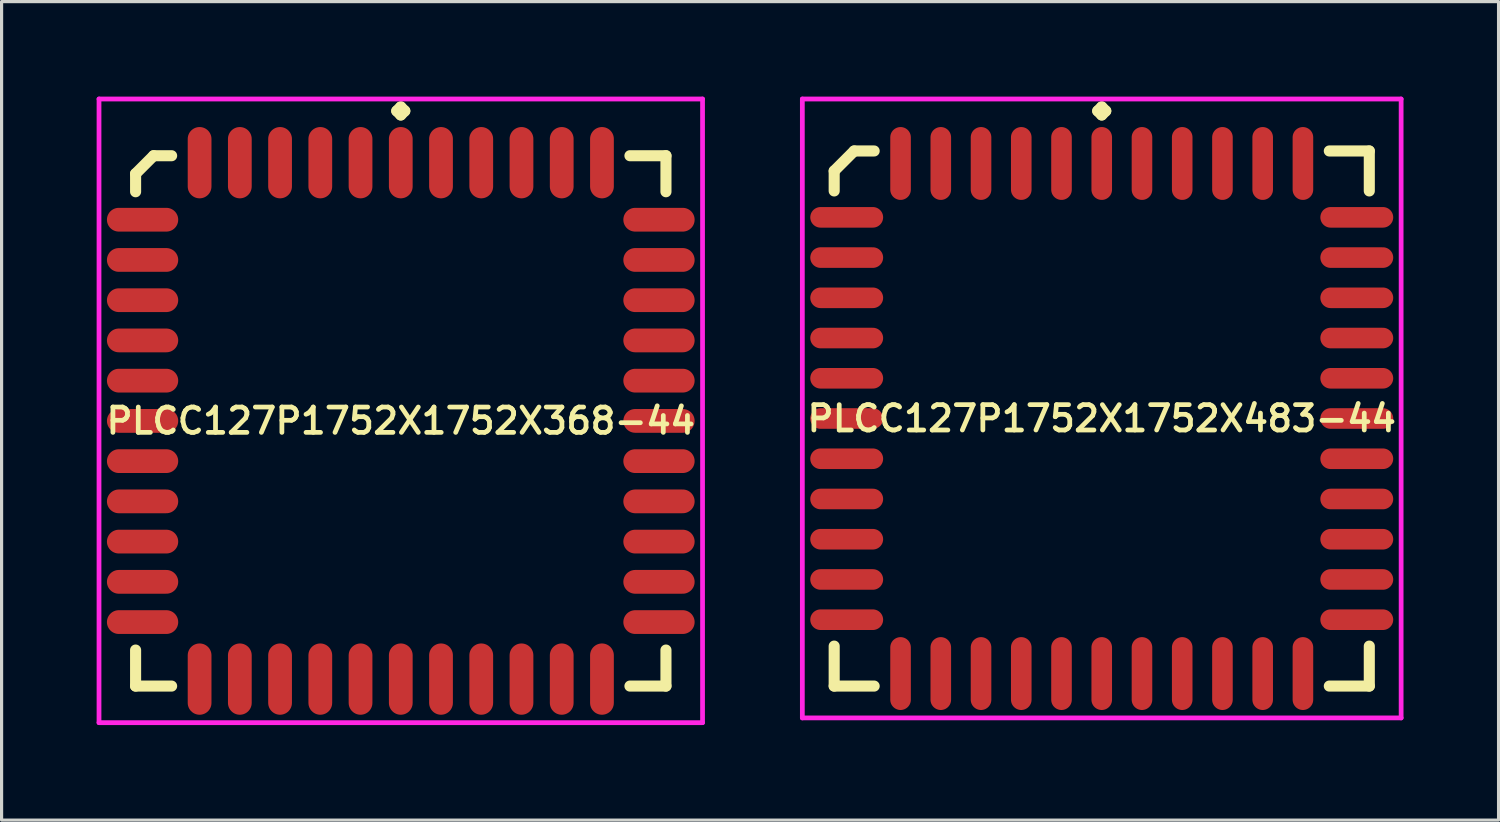
<source format=kicad_pcb>
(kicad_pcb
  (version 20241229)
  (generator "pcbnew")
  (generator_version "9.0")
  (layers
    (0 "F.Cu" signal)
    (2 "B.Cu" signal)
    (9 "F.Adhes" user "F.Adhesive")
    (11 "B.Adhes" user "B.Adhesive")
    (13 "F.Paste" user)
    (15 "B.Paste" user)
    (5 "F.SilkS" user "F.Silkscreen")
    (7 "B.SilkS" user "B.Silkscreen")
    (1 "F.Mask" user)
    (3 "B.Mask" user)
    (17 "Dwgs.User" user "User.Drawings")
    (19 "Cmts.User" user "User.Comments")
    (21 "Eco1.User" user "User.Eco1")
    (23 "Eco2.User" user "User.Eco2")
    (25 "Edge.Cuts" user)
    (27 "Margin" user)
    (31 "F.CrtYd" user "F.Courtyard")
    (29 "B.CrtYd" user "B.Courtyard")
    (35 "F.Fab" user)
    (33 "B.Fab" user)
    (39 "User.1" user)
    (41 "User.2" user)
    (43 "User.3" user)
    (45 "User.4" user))
  (footprint "PLCC127P1752X1752X368-44"
    (layer "F.Cu")
    (at 9.6 10.235)
    (property "Reference" "PLCC127P1752X1752X368-44" (at 0 0 0) (layer "F.SilkS") (effects (font (size 0.8 0.8) (thickness 0.15))))
    (attr smd)
    (fp_line (start -8.37 -7.801) (end -7.801 -8.37) (stroke (width 0.35) (type solid)) (layer "F.SilkS"))
    (fp_line (start -8.37 -7.233) (end -8.37 -7.801) (stroke (width 0.35) (type solid)) (layer "F.SilkS"))
    (fp_line (start -8.37 7.233) (end -8.37 8.37) (stroke (width 0.35) (type solid)) (layer "F.SilkS"))
    (fp_line (start -8.37 8.37) (end -7.233 8.37) (stroke (width 0.35) (type solid)) (layer "F.SilkS"))
    (fp_line (start -7.801 -8.37) (end -7.233 -8.37) (stroke (width 0.35) (type solid)) (layer "F.SilkS"))
    (fp_line (start -0.127 -9.783) (end 0 -9.91) (stroke (width 0.35) (type solid)) (layer "F.SilkS"))
    (fp_line (start 0 -9.91) (end 0.127 -9.783) (stroke (width 0.35) (type solid)) (layer "F.SilkS"))
    (fp_line (start 0 -9.656) (end -0.127 -9.783) (stroke (width 0.35) (type solid)) (layer "F.SilkS"))
    (fp_line (start 0.127 -9.783) (end 0 -9.656) (stroke (width 0.35) (type solid)) (layer "F.SilkS"))
    (fp_line (start 8.37 -8.37) (end 7.233 -8.37) (stroke (width 0.35) (type solid)) (layer "F.SilkS"))
    (fp_line (start 8.37 -7.233) (end 8.37 -8.37) (stroke (width 0.35) (type solid)) (layer "F.SilkS"))
    (fp_line (start 8.37 7.233) (end 8.37 8.37) (stroke (width 0.35) (type solid)) (layer "F.SilkS"))
    (fp_line (start 8.37 8.37) (end 7.233 8.37) (stroke (width 0.35) (type solid)) (layer "F.SilkS"))
    (fp_line (start -9.525 -10.16) (end 9.525 -10.16) (stroke (width 0.15) (type solid)) (layer "F.CrtYd"))
    (fp_line (start -9.525 9.525) (end -9.525 -10.16) (stroke (width 0.15) (type solid)) (layer "F.CrtYd"))
    (fp_line (start 9.525 -10.16) (end 9.525 9.525) (stroke (width 0.15) (type solid)) (layer "F.CrtYd"))
    (fp_line (start 9.525 9.525) (end -9.525 9.525) (stroke (width 0.15) (type solid)) (layer "F.CrtYd"))
    (pad "1" smd oval (at 0 -8.15) (size 0.75 2.25) (layers "F.Cu" "F.Mask" "F.Paste"))
    (pad "2" smd oval (at -1.27 -8.15) (size 0.75 2.25) (layers "F.Cu" "F.Mask" "F.Paste"))
    (pad "3" smd oval (at -2.54 -8.15) (size 0.75 2.25) (layers "F.Cu" "F.Mask" "F.Paste"))
    (pad "4" smd oval (at -3.81 -8.15) (size 0.75 2.25) (layers "F.Cu" "F.Mask" "F.Paste"))
    (pad "5" smd oval (at -5.08 -8.15) (size 0.75 2.25) (layers "F.Cu" "F.Mask" "F.Paste"))
    (pad "6" smd oval (at -6.35 -8.15) (size 0.75 2.25) (layers "F.Cu" "F.Mask" "F.Paste"))
    (pad "7" smd oval (at -8.15 -6.35) (size 2.25 0.75) (layers "F.Cu" "F.Mask" "F.Paste"))
    (pad "8" smd oval (at -8.15 -5.08) (size 2.25 0.75) (layers "F.Cu" "F.Mask" "F.Paste"))
    (pad "9" smd oval (at -8.15 -3.81) (size 2.25 0.75) (layers "F.Cu" "F.Mask" "F.Paste"))
    (pad "10" smd oval (at -8.15 -2.54) (size 2.25 0.75) (layers "F.Cu" "F.Mask" "F.Paste"))
    (pad "11" smd oval (at -8.15 -1.27) (size 2.25 0.75) (layers "F.Cu" "F.Mask" "F.Paste"))
    (pad "12" smd oval (at -8.15 0) (size 2.25 0.75) (layers "F.Cu" "F.Mask" "F.Paste"))
    (pad "13" smd oval (at -8.15 1.27) (size 2.25 0.75) (layers "F.Cu" "F.Mask" "F.Paste"))
    (pad "14" smd oval (at -8.15 2.54) (size 2.25 0.75) (layers "F.Cu" "F.Mask" "F.Paste"))
    (pad "15" smd oval (at -8.15 3.81) (size 2.25 0.75) (layers "F.Cu" "F.Mask" "F.Paste"))
    (pad "16" smd oval (at -8.15 5.08) (size 2.25 0.75) (layers "F.Cu" "F.Mask" "F.Paste"))
    (pad "17" smd oval (at -8.15 6.35) (size 2.25 0.75) (layers "F.Cu" "F.Mask" "F.Paste"))
    (pad "18" smd oval (at -6.35 8.15) (size 0.75 2.25) (layers "F.Cu" "F.Mask" "F.Paste"))
    (pad "19" smd oval (at -5.08 8.15) (size 0.75 2.25) (layers "F.Cu" "F.Mask" "F.Paste"))
    (pad "20" smd oval (at -3.81 8.15) (size 0.75 2.25) (layers "F.Cu" "F.Mask" "F.Paste"))
    (pad "21" smd oval (at -2.54 8.15) (size 0.75 2.25) (layers "F.Cu" "F.Mask" "F.Paste"))
    (pad "22" smd oval (at -1.27 8.15) (size 0.75 2.25) (layers "F.Cu" "F.Mask" "F.Paste"))
    (pad "23" smd oval (at 0 8.15) (size 0.75 2.25) (layers "F.Cu" "F.Mask" "F.Paste"))
    (pad "24" smd oval (at 1.27 8.15) (size 0.75 2.25) (layers "F.Cu" "F.Mask" "F.Paste"))
    (pad "25" smd oval (at 2.54 8.15) (size 0.75 2.25) (layers "F.Cu" "F.Mask" "F.Paste"))
    (pad "26" smd oval (at 3.81 8.15) (size 0.75 2.25) (layers "F.Cu" "F.Mask" "F.Paste"))
    (pad "27" smd oval (at 5.08 8.15) (size 0.75 2.25) (layers "F.Cu" "F.Mask" "F.Paste"))
    (pad "28" smd oval (at 6.35 8.15) (size 0.75 2.25) (layers "F.Cu" "F.Mask" "F.Paste"))
    (pad "29" smd oval (at 8.15 6.35) (size 2.25 0.75) (layers "F.Cu" "F.Mask" "F.Paste"))
    (pad "30" smd oval (at 8.15 5.08) (size 2.25 0.75) (layers "F.Cu" "F.Mask" "F.Paste"))
    (pad "31" smd oval (at 8.15 3.81) (size 2.25 0.75) (layers "F.Cu" "F.Mask" "F.Paste"))
    (pad "32" smd oval (at 8.15 2.54) (size 2.25 0.75) (layers "F.Cu" "F.Mask" "F.Paste"))
    (pad "33" smd oval (at 8.15 1.27) (size 2.25 0.75) (layers "F.Cu" "F.Mask" "F.Paste"))
    (pad "34" smd oval (at 8.15 0) (size 2.25 0.75) (layers "F.Cu" "F.Mask" "F.Paste"))
    (pad "35" smd oval (at 8.15 -1.27) (size 2.25 0.75) (layers "F.Cu" "F.Mask" "F.Paste"))
    (pad "36" smd oval (at 8.15 -2.54) (size 2.25 0.75) (layers "F.Cu" "F.Mask" "F.Paste"))
    (pad "37" smd oval (at 8.15 -3.81) (size 2.25 0.75) (layers "F.Cu" "F.Mask" "F.Paste"))
    (pad "38" smd oval (at 8.15 -5.08) (size 2.25 0.75) (layers "F.Cu" "F.Mask" "F.Paste"))
    (pad "39" smd oval (at 8.15 -6.35) (size 2.25 0.75) (layers "F.Cu" "F.Mask" "F.Paste"))
    (pad "40" smd oval (at 6.35 -8.15) (size 0.75 2.25) (layers "F.Cu" "F.Mask" "F.Paste"))
    (pad "41" smd oval (at 5.08 -8.15) (size 0.75 2.25) (layers "F.Cu" "F.Mask" "F.Paste"))
    (pad "42" smd oval (at 3.81 -8.15) (size 0.75 2.25) (layers "F.Cu" "F.Mask" "F.Paste"))
    (pad "43" smd oval (at 2.54 -8.15) (size 0.75 2.25) (layers "F.Cu" "F.Mask" "F.Paste"))
    (pad "44" smd oval (at 1.27 -8.15) (size 0.75 2.25) (layers "F.Cu" "F.Mask" "F.Paste")))
  (footprint "PLCC127P1752X1752X483-44"
    (layer "F.Cu")
    (at 31.725 10.16)
    (property "Reference" "PLCC127P1752X1752X483-44" (at 0 0 0) (layer "F.SilkS") (effects (font (size 0.8 0.8) (thickness 0.15))))
    (attr smd)
    (fp_line (start -8.445 -7.814) (end -7.814 -8.445) (stroke (width 0.35) (type solid)) (layer "F.SilkS"))
    (fp_line (start -8.445 -7.183) (end -8.445 -7.814) (stroke (width 0.35) (type solid)) (layer "F.SilkS"))
    (fp_line (start -8.445 7.183) (end -8.445 8.445) (stroke (width 0.35) (type solid)) (layer "F.SilkS"))
    (fp_line (start -8.445 8.445) (end -7.183 8.445) (stroke (width 0.35) (type solid)) (layer "F.SilkS"))
    (fp_line (start -7.814 -8.445) (end -7.183 -8.445) (stroke (width 0.35) (type solid)) (layer "F.SilkS"))
    (fp_line (start -0.127 -9.708) (end 0 -9.835) (stroke (width 0.35) (type solid)) (layer "F.SilkS"))
    (fp_line (start 0 -9.835) (end 0.127 -9.708) (stroke (width 0.35) (type solid)) (layer "F.SilkS"))
    (fp_line (start 0 -9.581) (end -0.127 -9.708) (stroke (width 0.35) (type solid)) (layer "F.SilkS"))
    (fp_line (start 0.127 -9.708) (end 0 -9.581) (stroke (width 0.35) (type solid)) (layer "F.SilkS"))
    (fp_line (start 8.445 -8.445) (end 7.183 -8.445) (stroke (width 0.35) (type solid)) (layer "F.SilkS"))
    (fp_line (start 8.445 -7.183) (end 8.445 -8.445) (stroke (width 0.35) (type solid)) (layer "F.SilkS"))
    (fp_line (start 8.445 7.183) (end 8.445 8.445) (stroke (width 0.35) (type solid)) (layer "F.SilkS"))
    (fp_line (start 8.445 8.445) (end 7.183 8.445) (stroke (width 0.35) (type solid)) (layer "F.SilkS"))
    (fp_line (start -9.45 -10.085) (end 9.45 -10.085) (stroke (width 0.15) (type solid)) (layer "F.CrtYd"))
    (fp_line (start -9.45 9.45) (end -9.45 -10.085) (stroke (width 0.15) (type solid)) (layer "F.CrtYd"))
    (fp_line (start 9.45 -10.085) (end 9.45 9.45) (stroke (width 0.15) (type solid)) (layer "F.CrtYd"))
    (fp_line (start 9.45 9.45) (end -9.45 9.45) (stroke (width 0.15) (type solid)) (layer "F.CrtYd"))
    (pad "1" smd oval (at 0 -8.05) (size 0.65 2.3) (layers "F.Cu" "F.Mask" "F.Paste"))
    (pad "2" smd oval (at -1.27 -8.05) (size 0.65 2.3) (layers "F.Cu" "F.Mask" "F.Paste"))
    (pad "3" smd oval (at -2.54 -8.05) (size 0.65 2.3) (layers "F.Cu" "F.Mask" "F.Paste"))
    (pad "4" smd oval (at -3.81 -8.05) (size 0.65 2.3) (layers "F.Cu" "F.Mask" "F.Paste"))
    (pad "5" smd oval (at -5.08 -8.05) (size 0.65 2.3) (layers "F.Cu" "F.Mask" "F.Paste"))
    (pad "6" smd oval (at -6.35 -8.05) (size 0.65 2.3) (layers "F.Cu" "F.Mask" "F.Paste"))
    (pad "7" smd oval (at -8.05 -6.35) (size 2.3 0.65) (layers "F.Cu" "F.Mask" "F.Paste"))
    (pad "8" smd oval (at -8.05 -5.08) (size 2.3 0.65) (layers "F.Cu" "F.Mask" "F.Paste"))
    (pad "9" smd oval (at -8.05 -3.81) (size 2.3 0.65) (layers "F.Cu" "F.Mask" "F.Paste"))
    (pad "10" smd oval (at -8.05 -2.54) (size 2.3 0.65) (layers "F.Cu" "F.Mask" "F.Paste"))
    (pad "11" smd oval (at -8.05 -1.27) (size 2.3 0.65) (layers "F.Cu" "F.Mask" "F.Paste"))
    (pad "12" smd oval (at -8.05 0) (size 2.3 0.65) (layers "F.Cu" "F.Mask" "F.Paste"))
    (pad "13" smd oval (at -8.05 1.27) (size 2.3 0.65) (layers "F.Cu" "F.Mask" "F.Paste"))
    (pad "14" smd oval (at -8.05 2.54) (size 2.3 0.65) (layers "F.Cu" "F.Mask" "F.Paste"))
    (pad "15" smd oval (at -8.05 3.81) (size 2.3 0.65) (layers "F.Cu" "F.Mask" "F.Paste"))
    (pad "16" smd oval (at -8.05 5.08) (size 2.3 0.65) (layers "F.Cu" "F.Mask" "F.Paste"))
    (pad "17" smd oval (at -8.05 6.35) (size 2.3 0.65) (layers "F.Cu" "F.Mask" "F.Paste"))
    (pad "18" smd oval (at -6.35 8.05) (size 0.65 2.3) (layers "F.Cu" "F.Mask" "F.Paste"))
    (pad "19" smd oval (at -5.08 8.05) (size 0.65 2.3) (layers "F.Cu" "F.Mask" "F.Paste"))
    (pad "20" smd oval (at -3.81 8.05) (size 0.65 2.3) (layers "F.Cu" "F.Mask" "F.Paste"))
    (pad "21" smd oval (at -2.54 8.05) (size 0.65 2.3) (layers "F.Cu" "F.Mask" "F.Paste"))
    (pad "22" smd oval (at -1.27 8.05) (size 0.65 2.3) (layers "F.Cu" "F.Mask" "F.Paste"))
    (pad "23" smd oval (at 0 8.05) (size 0.65 2.3) (layers "F.Cu" "F.Mask" "F.Paste"))
    (pad "24" smd oval (at 1.27 8.05) (size 0.65 2.3) (layers "F.Cu" "F.Mask" "F.Paste"))
    (pad "25" smd oval (at 2.54 8.05) (size 0.65 2.3) (layers "F.Cu" "F.Mask" "F.Paste"))
    (pad "26" smd oval (at 3.81 8.05) (size 0.65 2.3) (layers "F.Cu" "F.Mask" "F.Paste"))
    (pad "27" smd oval (at 5.08 8.05) (size 0.65 2.3) (layers "F.Cu" "F.Mask" "F.Paste"))
    (pad "28" smd oval (at 6.35 8.05) (size 0.65 2.3) (layers "F.Cu" "F.Mask" "F.Paste"))
    (pad "29" smd oval (at 8.05 6.35) (size 2.3 0.65) (layers "F.Cu" "F.Mask" "F.Paste"))
    (pad "30" smd oval (at 8.05 5.08) (size 2.3 0.65) (layers "F.Cu" "F.Mask" "F.Paste"))
    (pad "31" smd oval (at 8.05 3.81) (size 2.3 0.65) (layers "F.Cu" "F.Mask" "F.Paste"))
    (pad "32" smd oval (at 8.05 2.54) (size 2.3 0.65) (layers "F.Cu" "F.Mask" "F.Paste"))
    (pad "33" smd oval (at 8.05 1.27) (size 2.3 0.65) (layers "F.Cu" "F.Mask" "F.Paste"))
    (pad "34" smd oval (at 8.05 0) (size 2.3 0.65) (layers "F.Cu" "F.Mask" "F.Paste"))
    (pad "35" smd oval (at 8.05 -1.27) (size 2.3 0.65) (layers "F.Cu" "F.Mask" "F.Paste"))
    (pad "36" smd oval (at 8.05 -2.54) (size 2.3 0.65) (layers "F.Cu" "F.Mask" "F.Paste"))
    (pad "37" smd oval (at 8.05 -3.81) (size 2.3 0.65) (layers "F.Cu" "F.Mask" "F.Paste"))
    (pad "38" smd oval (at 8.05 -5.08) (size 2.3 0.65) (layers "F.Cu" "F.Mask" "F.Paste"))
    (pad "39" smd oval (at 8.05 -6.35) (size 2.3 0.65) (layers "F.Cu" "F.Mask" "F.Paste"))
    (pad "40" smd oval (at 6.35 -8.05) (size 0.65 2.3) (layers "F.Cu" "F.Mask" "F.Paste"))
    (pad "41" smd oval (at 5.08 -8.05) (size 0.65 2.3) (layers "F.Cu" "F.Mask" "F.Paste"))
    (pad "42" smd oval (at 3.81 -8.05) (size 0.65 2.3) (layers "F.Cu" "F.Mask" "F.Paste"))
    (pad "43" smd oval (at 2.54 -8.05) (size 0.65 2.3) (layers "F.Cu" "F.Mask" "F.Paste"))
    (pad "44" smd oval (at 1.27 -8.05) (size 0.65 2.3) (layers "F.Cu" "F.Mask" "F.Paste")))
  (gr_rect
    (start -3 -3)
    (end 44.25 22.835)
    (stroke (width 0.1) (type default))
    (fill no)
    (layer "Edge.Cuts")))
</source>
